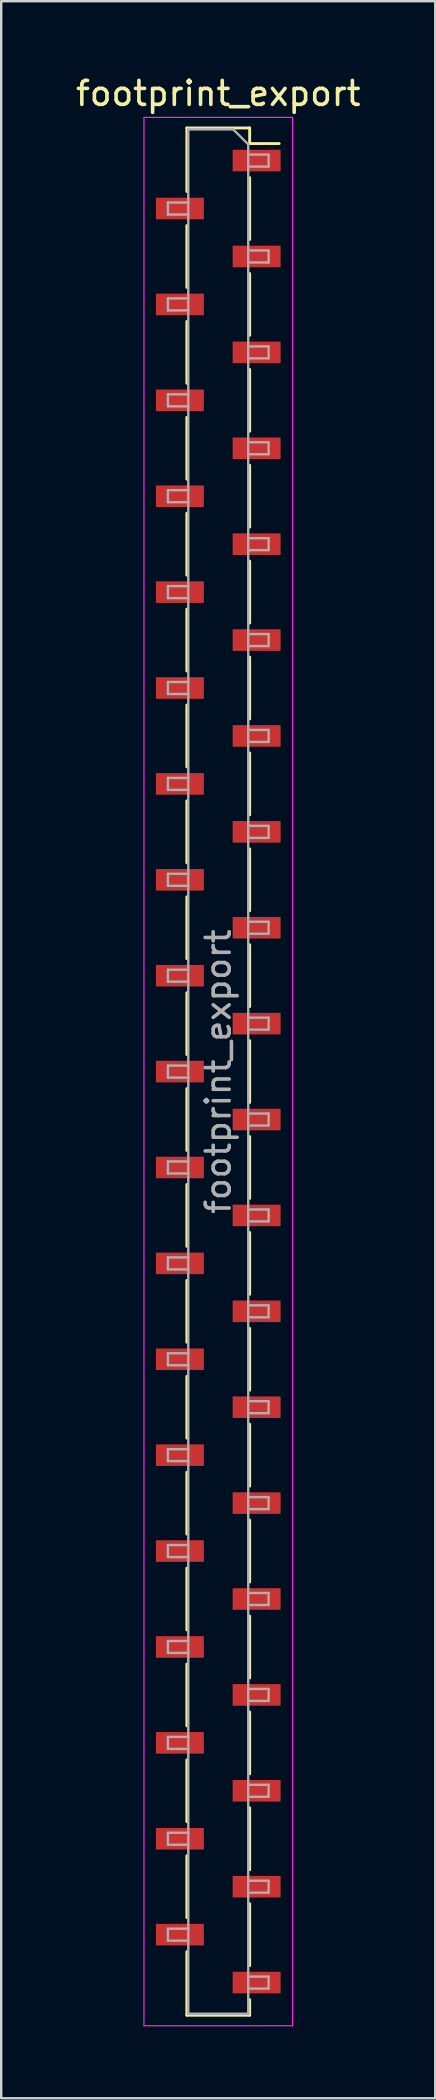
<source format=kicad_pcb>
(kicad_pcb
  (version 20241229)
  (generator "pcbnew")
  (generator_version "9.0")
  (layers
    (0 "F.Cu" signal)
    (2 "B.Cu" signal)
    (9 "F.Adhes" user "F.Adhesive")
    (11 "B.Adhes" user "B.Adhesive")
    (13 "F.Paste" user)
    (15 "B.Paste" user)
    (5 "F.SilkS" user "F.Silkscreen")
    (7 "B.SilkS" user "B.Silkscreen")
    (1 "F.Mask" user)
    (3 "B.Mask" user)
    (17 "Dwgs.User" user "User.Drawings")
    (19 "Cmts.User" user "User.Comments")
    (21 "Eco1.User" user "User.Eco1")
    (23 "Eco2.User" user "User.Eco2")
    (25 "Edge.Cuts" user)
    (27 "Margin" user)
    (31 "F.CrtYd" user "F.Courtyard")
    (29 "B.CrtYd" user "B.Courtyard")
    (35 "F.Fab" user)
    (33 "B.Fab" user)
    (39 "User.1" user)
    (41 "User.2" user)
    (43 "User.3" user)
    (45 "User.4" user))
  (footprint "footprint_export"
    (layer "F.Cu")
    (at 6.054 41.648)
    (property "Reference" "footprint_export" (at 0 -40.8 0) (layer "F.SilkS") (effects (font (size 1 1) (thickness 0.15))))
    (attr smd)
    (fp_line (start -1.31 -39.36) (end -1.31 -36.71) (stroke (width 0.12) (type solid)) (layer "F.SilkS"))
    (fp_line (start -1.31 -39.36) (end 1.31 -39.36) (stroke (width 0.12) (type solid)) (layer "F.SilkS"))
    (fp_line (start -1.31 -35.29) (end -1.31 -32.71) (stroke (width 0.12) (type solid)) (layer "F.SilkS"))
    (fp_line (start -1.31 -31.29) (end -1.31 -28.71) (stroke (width 0.12) (type solid)) (layer "F.SilkS"))
    (fp_line (start -1.31 -27.29) (end -1.31 -24.71) (stroke (width 0.12) (type solid)) (layer "F.SilkS"))
    (fp_line (start -1.31 -23.29) (end -1.31 -20.71) (stroke (width 0.12) (type solid)) (layer "F.SilkS"))
    (fp_line (start -1.31 -19.29) (end -1.31 -16.71) (stroke (width 0.12) (type solid)) (layer "F.SilkS"))
    (fp_line (start -1.31 -15.29) (end -1.31 -12.71) (stroke (width 0.12) (type solid)) (layer "F.SilkS"))
    (fp_line (start -1.31 -11.29) (end -1.31 -8.71) (stroke (width 0.12) (type solid)) (layer "F.SilkS"))
    (fp_line (start -1.31 -7.29) (end -1.31 -4.71) (stroke (width 0.12) (type solid)) (layer "F.SilkS"))
    (fp_line (start -1.31 -3.29) (end -1.31 -0.71) (stroke (width 0.12) (type solid)) (layer "F.SilkS"))
    (fp_line (start -1.31 0.71) (end -1.31 3.29) (stroke (width 0.12) (type solid)) (layer "F.SilkS"))
    (fp_line (start -1.31 4.71) (end -1.31 7.29) (stroke (width 0.12) (type solid)) (layer "F.SilkS"))
    (fp_line (start -1.31 8.71) (end -1.31 11.29) (stroke (width 0.12) (type solid)) (layer "F.SilkS"))
    (fp_line (start -1.31 12.71) (end -1.31 15.29) (stroke (width 0.12) (type solid)) (layer "F.SilkS"))
    (fp_line (start -1.31 16.71) (end -1.31 19.29) (stroke (width 0.12) (type solid)) (layer "F.SilkS"))
    (fp_line (start -1.31 20.71) (end -1.31 23.29) (stroke (width 0.12) (type solid)) (layer "F.SilkS"))
    (fp_line (start -1.31 24.71) (end -1.31 27.29) (stroke (width 0.12) (type solid)) (layer "F.SilkS"))
    (fp_line (start -1.31 28.71) (end -1.31 31.29) (stroke (width 0.12) (type solid)) (layer "F.SilkS"))
    (fp_line (start -1.31 32.71) (end -1.31 35.29) (stroke (width 0.12) (type solid)) (layer "F.SilkS"))
    (fp_line (start -1.31 36.71) (end -1.31 39.36) (stroke (width 0.12) (type solid)) (layer "F.SilkS"))
    (fp_line (start -1.31 39.36) (end 1.31 39.36) (stroke (width 0.12) (type solid)) (layer "F.SilkS"))
    (fp_line (start 1.31 -39.36) (end 1.31 -38.71) (stroke (width 0.12) (type solid)) (layer "F.SilkS"))
    (fp_line (start 1.31 -38.71) (end 2.54 -38.71) (stroke (width 0.12) (type solid)) (layer "F.SilkS"))
    (fp_line (start 1.31 -37.29) (end 1.31 -34.71) (stroke (width 0.12) (type solid)) (layer "F.SilkS"))
    (fp_line (start 1.31 -33.29) (end 1.31 -30.71) (stroke (width 0.12) (type solid)) (layer "F.SilkS"))
    (fp_line (start 1.31 -29.29) (end 1.31 -26.71) (stroke (width 0.12) (type solid)) (layer "F.SilkS"))
    (fp_line (start 1.31 -25.29) (end 1.31 -22.71) (stroke (width 0.12) (type solid)) (layer "F.SilkS"))
    (fp_line (start 1.31 -21.29) (end 1.31 -18.71) (stroke (width 0.12) (type solid)) (layer "F.SilkS"))
    (fp_line (start 1.31 -17.29) (end 1.31 -14.71) (stroke (width 0.12) (type solid)) (layer "F.SilkS"))
    (fp_line (start 1.31 -13.29) (end 1.31 -10.71) (stroke (width 0.12) (type solid)) (layer "F.SilkS"))
    (fp_line (start 1.31 -9.29) (end 1.31 -6.71) (stroke (width 0.12) (type solid)) (layer "F.SilkS"))
    (fp_line (start 1.31 -5.29) (end 1.31 -2.71) (stroke (width 0.12) (type solid)) (layer "F.SilkS"))
    (fp_line (start 1.31 -1.29) (end 1.31 1.29) (stroke (width 0.12) (type solid)) (layer "F.SilkS"))
    (fp_line (start 1.31 2.71) (end 1.31 5.29) (stroke (width 0.12) (type solid)) (layer "F.SilkS"))
    (fp_line (start 1.31 6.71) (end 1.31 9.29) (stroke (width 0.12) (type solid)) (layer "F.SilkS"))
    (fp_line (start 1.31 10.71) (end 1.31 13.29) (stroke (width 0.12) (type solid)) (layer "F.SilkS"))
    (fp_line (start 1.31 14.71) (end 1.31 17.29) (stroke (width 0.12) (type solid)) (layer "F.SilkS"))
    (fp_line (start 1.31 18.71) (end 1.31 21.29) (stroke (width 0.12) (type solid)) (layer "F.SilkS"))
    (fp_line (start 1.31 22.71) (end 1.31 25.29) (stroke (width 0.12) (type solid)) (layer "F.SilkS"))
    (fp_line (start 1.31 26.71) (end 1.31 29.29) (stroke (width 0.12) (type solid)) (layer "F.SilkS"))
    (fp_line (start 1.31 30.71) (end 1.31 33.29) (stroke (width 0.12) (type solid)) (layer "F.SilkS"))
    (fp_line (start 1.31 34.71) (end 1.31 37.29) (stroke (width 0.12) (type solid)) (layer "F.SilkS"))
    (fp_line (start 1.31 38.71) (end 1.31 39.36) (stroke (width 0.12) (type solid)) (layer "F.SilkS"))
    (fp_line (start -3.1 -39.8) (end 3.1 -39.8) (stroke (width 0.05) (type solid)) (layer "F.CrtYd"))
    (fp_line (start -3.1 39.8) (end -3.1 -39.8) (stroke (width 0.05) (type solid)) (layer "F.CrtYd"))
    (fp_line (start 3.1 -39.8) (end 3.1 39.8) (stroke (width 0.05) (type solid)) (layer "F.CrtYd"))
    (fp_line (start 3.1 39.8) (end -3.1 39.8) (stroke (width 0.05) (type solid)) (layer "F.CrtYd"))
    (fp_line (start -2.1 -36.25) (end -1.25 -36.25) (stroke (width 0.1) (type solid)) (layer "F.Fab"))
    (fp_line (start -2.1 -35.75) (end -2.1 -36.25) (stroke (width 0.1) (type solid)) (layer "F.Fab"))
    (fp_line (start -2.1 -32.25) (end -1.25 -32.25) (stroke (width 0.1) (type solid)) (layer "F.Fab"))
    (fp_line (start -2.1 -31.75) (end -2.1 -32.25) (stroke (width 0.1) (type solid)) (layer "F.Fab"))
    (fp_line (start -2.1 -28.25) (end -1.25 -28.25) (stroke (width 0.1) (type solid)) (layer "F.Fab"))
    (fp_line (start -2.1 -27.75) (end -2.1 -28.25) (stroke (width 0.1) (type solid)) (layer "F.Fab"))
    (fp_line (start -2.1 -24.25) (end -1.25 -24.25) (stroke (width 0.1) (type solid)) (layer "F.Fab"))
    (fp_line (start -2.1 -23.75) (end -2.1 -24.25) (stroke (width 0.1) (type solid)) (layer "F.Fab"))
    (fp_line (start -2.1 -20.25) (end -1.25 -20.25) (stroke (width 0.1) (type solid)) (layer "F.Fab"))
    (fp_line (start -2.1 -19.75) (end -2.1 -20.25) (stroke (width 0.1) (type solid)) (layer "F.Fab"))
    (fp_line (start -2.1 -16.25) (end -1.25 -16.25) (stroke (width 0.1) (type solid)) (layer "F.Fab"))
    (fp_line (start -2.1 -15.75) (end -2.1 -16.25) (stroke (width 0.1) (type solid)) (layer "F.Fab"))
    (fp_line (start -2.1 -12.25) (end -1.25 -12.25) (stroke (width 0.1) (type solid)) (layer "F.Fab"))
    (fp_line (start -2.1 -11.75) (end -2.1 -12.25) (stroke (width 0.1) (type solid)) (layer "F.Fab"))
    (fp_line (start -2.1 -8.25) (end -1.25 -8.25) (stroke (width 0.1) (type solid)) (layer "F.Fab"))
    (fp_line (start -2.1 -7.75) (end -2.1 -8.25) (stroke (width 0.1) (type solid)) (layer "F.Fab"))
    (fp_line (start -2.1 -4.25) (end -1.25 -4.25) (stroke (width 0.1) (type solid)) (layer "F.Fab"))
    (fp_line (start -2.1 -3.75) (end -2.1 -4.25) (stroke (width 0.1) (type solid)) (layer "F.Fab"))
    (fp_line (start -2.1 -0.25) (end -1.25 -0.25) (stroke (width 0.1) (type solid)) (layer "F.Fab"))
    (fp_line (start -2.1 0.25) (end -2.1 -0.25) (stroke (width 0.1) (type solid)) (layer "F.Fab"))
    (fp_line (start -2.1 3.75) (end -1.25 3.75) (stroke (width 0.1) (type solid)) (layer "F.Fab"))
    (fp_line (start -2.1 4.25) (end -2.1 3.75) (stroke (width 0.1) (type solid)) (layer "F.Fab"))
    (fp_line (start -2.1 7.75) (end -1.25 7.75) (stroke (width 0.1) (type solid)) (layer "F.Fab"))
    (fp_line (start -2.1 8.25) (end -2.1 7.75) (stroke (width 0.1) (type solid)) (layer "F.Fab"))
    (fp_line (start -2.1 11.75) (end -1.25 11.75) (stroke (width 0.1) (type solid)) (layer "F.Fab"))
    (fp_line (start -2.1 12.25) (end -2.1 11.75) (stroke (width 0.1) (type solid)) (layer "F.Fab"))
    (fp_line (start -2.1 15.75) (end -1.25 15.75) (stroke (width 0.1) (type solid)) (layer "F.Fab"))
    (fp_line (start -2.1 16.25) (end -2.1 15.75) (stroke (width 0.1) (type solid)) (layer "F.Fab"))
    (fp_line (start -2.1 19.75) (end -1.25 19.75) (stroke (width 0.1) (type solid)) (layer "F.Fab"))
    (fp_line (start -2.1 20.25) (end -2.1 19.75) (stroke (width 0.1) (type solid)) (layer "F.Fab"))
    (fp_line (start -2.1 23.75) (end -1.25 23.75) (stroke (width 0.1) (type solid)) (layer "F.Fab"))
    (fp_line (start -2.1 24.25) (end -2.1 23.75) (stroke (width 0.1) (type solid)) (layer "F.Fab"))
    (fp_line (start -2.1 27.75) (end -1.25 27.75) (stroke (width 0.1) (type solid)) (layer "F.Fab"))
    (fp_line (start -2.1 28.25) (end -2.1 27.75) (stroke (width 0.1) (type solid)) (layer "F.Fab"))
    (fp_line (start -2.1 31.75) (end -1.25 31.75) (stroke (width 0.1) (type solid)) (layer "F.Fab"))
    (fp_line (start -2.1 32.25) (end -2.1 31.75) (stroke (width 0.1) (type solid)) (layer "F.Fab"))
    (fp_line (start -2.1 35.75) (end -1.25 35.75) (stroke (width 0.1) (type solid)) (layer "F.Fab"))
    (fp_line (start -2.1 36.25) (end -2.1 35.75) (stroke (width 0.1) (type solid)) (layer "F.Fab"))
    (fp_line (start -1.25 -39.3) (end 0.625 -39.3) (stroke (width 0.1) (type solid)) (layer "F.Fab"))
    (fp_line (start -1.25 -35.75) (end -2.1 -35.75) (stroke (width 0.1) (type solid)) (layer "F.Fab"))
    (fp_line (start -1.25 -31.75) (end -2.1 -31.75) (stroke (width 0.1) (type solid)) (layer "F.Fab"))
    (fp_line (start -1.25 -27.75) (end -2.1 -27.75) (stroke (width 0.1) (type solid)) (layer "F.Fab"))
    (fp_line (start -1.25 -23.75) (end -2.1 -23.75) (stroke (width 0.1) (type solid)) (layer "F.Fab"))
    (fp_line (start -1.25 -19.75) (end -2.1 -19.75) (stroke (width 0.1) (type solid)) (layer "F.Fab"))
    (fp_line (start -1.25 -15.75) (end -2.1 -15.75) (stroke (width 0.1) (type solid)) (layer "F.Fab"))
    (fp_line (start -1.25 -11.75) (end -2.1 -11.75) (stroke (width 0.1) (type solid)) (layer "F.Fab"))
    (fp_line (start -1.25 -7.75) (end -2.1 -7.75) (stroke (width 0.1) (type solid)) (layer "F.Fab"))
    (fp_line (start -1.25 -3.75) (end -2.1 -3.75) (stroke (width 0.1) (type solid)) (layer "F.Fab"))
    (fp_line (start -1.25 0.25) (end -2.1 0.25) (stroke (width 0.1) (type solid)) (layer "F.Fab"))
    (fp_line (start -1.25 4.25) (end -2.1 4.25) (stroke (width 0.1) (type solid)) (layer "F.Fab"))
    (fp_line (start -1.25 8.25) (end -2.1 8.25) (stroke (width 0.1) (type solid)) (layer "F.Fab"))
    (fp_line (start -1.25 12.25) (end -2.1 12.25) (stroke (width 0.1) (type solid)) (layer "F.Fab"))
    (fp_line (start -1.25 16.25) (end -2.1 16.25) (stroke (width 0.1) (type solid)) (layer "F.Fab"))
    (fp_line (start -1.25 20.25) (end -2.1 20.25) (stroke (width 0.1) (type solid)) (layer "F.Fab"))
    (fp_line (start -1.25 24.25) (end -2.1 24.25) (stroke (width 0.1) (type solid)) (layer "F.Fab"))
    (fp_line (start -1.25 28.25) (end -2.1 28.25) (stroke (width 0.1) (type solid)) (layer "F.Fab"))
    (fp_line (start -1.25 32.25) (end -2.1 32.25) (stroke (width 0.1) (type solid)) (layer "F.Fab"))
    (fp_line (start -1.25 36.25) (end -2.1 36.25) (stroke (width 0.1) (type solid)) (layer "F.Fab"))
    (fp_line (start -1.25 39.3) (end -1.25 -39.3) (stroke (width 0.1) (type solid)) (layer "F.Fab"))
    (fp_line (start 0.625 -39.3) (end 1.25 -38.675) (stroke (width 0.1) (type solid)) (layer "F.Fab"))
    (fp_line (start 1.25 -38.675) (end 1.25 39.3) (stroke (width 0.1) (type solid)) (layer "F.Fab"))
    (fp_line (start 1.25 -38.25) (end 2.1 -38.25) (stroke (width 0.1) (type solid)) (layer "F.Fab"))
    (fp_line (start 1.25 -34.25) (end 2.1 -34.25) (stroke (width 0.1) (type solid)) (layer "F.Fab"))
    (fp_line (start 1.25 -30.25) (end 2.1 -30.25) (stroke (width 0.1) (type solid)) (layer "F.Fab"))
    (fp_line (start 1.25 -26.25) (end 2.1 -26.25) (stroke (width 0.1) (type solid)) (layer "F.Fab"))
    (fp_line (start 1.25 -22.25) (end 2.1 -22.25) (stroke (width 0.1) (type solid)) (layer "F.Fab"))
    (fp_line (start 1.25 -18.25) (end 2.1 -18.25) (stroke (width 0.1) (type solid)) (layer "F.Fab"))
    (fp_line (start 1.25 -14.25) (end 2.1 -14.25) (stroke (width 0.1) (type solid)) (layer "F.Fab"))
    (fp_line (start 1.25 -10.25) (end 2.1 -10.25) (stroke (width 0.1) (type solid)) (layer "F.Fab"))
    (fp_line (start 1.25 -6.25) (end 2.1 -6.25) (stroke (width 0.1) (type solid)) (layer "F.Fab"))
    (fp_line (start 1.25 -2.25) (end 2.1 -2.25) (stroke (width 0.1) (type solid)) (layer "F.Fab"))
    (fp_line (start 1.25 1.75) (end 2.1 1.75) (stroke (width 0.1) (type solid)) (layer "F.Fab"))
    (fp_line (start 1.25 5.75) (end 2.1 5.75) (stroke (width 0.1) (type solid)) (layer "F.Fab"))
    (fp_line (start 1.25 9.75) (end 2.1 9.75) (stroke (width 0.1) (type solid)) (layer "F.Fab"))
    (fp_line (start 1.25 13.75) (end 2.1 13.75) (stroke (width 0.1) (type solid)) (layer "F.Fab"))
    (fp_line (start 1.25 17.75) (end 2.1 17.75) (stroke (width 0.1) (type solid)) (layer "F.Fab"))
    (fp_line (start 1.25 21.75) (end 2.1 21.75) (stroke (width 0.1) (type solid)) (layer "F.Fab"))
    (fp_line (start 1.25 25.75) (end 2.1 25.75) (stroke (width 0.1) (type solid)) (layer "F.Fab"))
    (fp_line (start 1.25 29.75) (end 2.1 29.75) (stroke (width 0.1) (type solid)) (layer "F.Fab"))
    (fp_line (start 1.25 33.75) (end 2.1 33.75) (stroke (width 0.1) (type solid)) (layer "F.Fab"))
    (fp_line (start 1.25 37.75) (end 2.1 37.75) (stroke (width 0.1) (type solid)) (layer "F.Fab"))
    (fp_line (start 1.25 39.3) (end -1.25 39.3) (stroke (width 0.1) (type solid)) (layer "F.Fab"))
    (fp_line (start 2.1 -38.25) (end 2.1 -37.75) (stroke (width 0.1) (type solid)) (layer "F.Fab"))
    (fp_line (start 2.1 -37.75) (end 1.25 -37.75) (stroke (width 0.1) (type solid)) (layer "F.Fab"))
    (fp_line (start 2.1 -34.25) (end 2.1 -33.75) (stroke (width 0.1) (type solid)) (layer "F.Fab"))
    (fp_line (start 2.1 -33.75) (end 1.25 -33.75) (stroke (width 0.1) (type solid)) (layer "F.Fab"))
    (fp_line (start 2.1 -30.25) (end 2.1 -29.75) (stroke (width 0.1) (type solid)) (layer "F.Fab"))
    (fp_line (start 2.1 -29.75) (end 1.25 -29.75) (stroke (width 0.1) (type solid)) (layer "F.Fab"))
    (fp_line (start 2.1 -26.25) (end 2.1 -25.75) (stroke (width 0.1) (type solid)) (layer "F.Fab"))
    (fp_line (start 2.1 -25.75) (end 1.25 -25.75) (stroke (width 0.1) (type solid)) (layer "F.Fab"))
    (fp_line (start 2.1 -22.25) (end 2.1 -21.75) (stroke (width 0.1) (type solid)) (layer "F.Fab"))
    (fp_line (start 2.1 -21.75) (end 1.25 -21.75) (stroke (width 0.1) (type solid)) (layer "F.Fab"))
    (fp_line (start 2.1 -18.25) (end 2.1 -17.75) (stroke (width 0.1) (type solid)) (layer "F.Fab"))
    (fp_line (start 2.1 -17.75) (end 1.25 -17.75) (stroke (width 0.1) (type solid)) (layer "F.Fab"))
    (fp_line (start 2.1 -14.25) (end 2.1 -13.75) (stroke (width 0.1) (type solid)) (layer "F.Fab"))
    (fp_line (start 2.1 -13.75) (end 1.25 -13.75) (stroke (width 0.1) (type solid)) (layer "F.Fab"))
    (fp_line (start 2.1 -10.25) (end 2.1 -9.75) (stroke (width 0.1) (type solid)) (layer "F.Fab"))
    (fp_line (start 2.1 -9.75) (end 1.25 -9.75) (stroke (width 0.1) (type solid)) (layer "F.Fab"))
    (fp_line (start 2.1 -6.25) (end 2.1 -5.75) (stroke (width 0.1) (type solid)) (layer "F.Fab"))
    (fp_line (start 2.1 -5.75) (end 1.25 -5.75) (stroke (width 0.1) (type solid)) (layer "F.Fab"))
    (fp_line (start 2.1 -2.25) (end 2.1 -1.75) (stroke (width 0.1) (type solid)) (layer "F.Fab"))
    (fp_line (start 2.1 -1.75) (end 1.25 -1.75) (stroke (width 0.1) (type solid)) (layer "F.Fab"))
    (fp_line (start 2.1 1.75) (end 2.1 2.25) (stroke (width 0.1) (type solid)) (layer "F.Fab"))
    (fp_line (start 2.1 2.25) (end 1.25 2.25) (stroke (width 0.1) (type solid)) (layer "F.Fab"))
    (fp_line (start 2.1 5.75) (end 2.1 6.25) (stroke (width 0.1) (type solid)) (layer "F.Fab"))
    (fp_line (start 2.1 6.25) (end 1.25 6.25) (stroke (width 0.1) (type solid)) (layer "F.Fab"))
    (fp_line (start 2.1 9.75) (end 2.1 10.25) (stroke (width 0.1) (type solid)) (layer "F.Fab"))
    (fp_line (start 2.1 10.25) (end 1.25 10.25) (stroke (width 0.1) (type solid)) (layer "F.Fab"))
    (fp_line (start 2.1 13.75) (end 2.1 14.25) (stroke (width 0.1) (type solid)) (layer "F.Fab"))
    (fp_line (start 2.1 14.25) (end 1.25 14.25) (stroke (width 0.1) (type solid)) (layer "F.Fab"))
    (fp_line (start 2.1 17.75) (end 2.1 18.25) (stroke (width 0.1) (type solid)) (layer "F.Fab"))
    (fp_line (start 2.1 18.25) (end 1.25 18.25) (stroke (width 0.1) (type solid)) (layer "F.Fab"))
    (fp_line (start 2.1 21.75) (end 2.1 22.25) (stroke (width 0.1) (type solid)) (layer "F.Fab"))
    (fp_line (start 2.1 22.25) (end 1.25 22.25) (stroke (width 0.1) (type solid)) (layer "F.Fab"))
    (fp_line (start 2.1 25.75) (end 2.1 26.25) (stroke (width 0.1) (type solid)) (layer "F.Fab"))
    (fp_line (start 2.1 26.25) (end 1.25 26.25) (stroke (width 0.1) (type solid)) (layer "F.Fab"))
    (fp_line (start 2.1 29.75) (end 2.1 30.25) (stroke (width 0.1) (type solid)) (layer "F.Fab"))
    (fp_line (start 2.1 30.25) (end 1.25 30.25) (stroke (width 0.1) (type solid)) (layer "F.Fab"))
    (fp_line (start 2.1 33.75) (end 2.1 34.25) (stroke (width 0.1) (type solid)) (layer "F.Fab"))
    (fp_line (start 2.1 34.25) (end 1.25 34.25) (stroke (width 0.1) (type solid)) (layer "F.Fab"))
    (fp_line (start 2.1 37.75) (end 2.1 38.25) (stroke (width 0.1) (type solid)) (layer "F.Fab"))
    (fp_line (start 2.1 38.25) (end 1.25 38.25) (stroke (width 0.1) (type solid)) (layer "F.Fab"))
    (fp_text user "${REFERENCE}" (at 0 0 90) (layer "F.Fab") (effects (font (size 1 1) (thickness 0.15))))
    (pad "1" smd rect (at 1.6 -38) (size 2 0.9) (layers "F.Cu" "F.Mask" "F.Paste"))
    (pad "2" smd rect (at -1.6 -36) (size 2 0.9) (layers "F.Cu" "F.Mask" "F.Paste"))
    (pad "3" smd rect (at 1.6 -34) (size 2 0.9) (layers "F.Cu" "F.Mask" "F.Paste"))
    (pad "4" smd rect (at -1.6 -32) (size 2 0.9) (layers "F.Cu" "F.Mask" "F.Paste"))
    (pad "5" smd rect (at 1.6 -30) (size 2 0.9) (layers "F.Cu" "F.Mask" "F.Paste"))
    (pad "6" smd rect (at -1.6 -28) (size 2 0.9) (layers "F.Cu" "F.Mask" "F.Paste"))
    (pad "7" smd rect (at 1.6 -26) (size 2 0.9) (layers "F.Cu" "F.Mask" "F.Paste"))
    (pad "8" smd rect (at -1.6 -24) (size 2 0.9) (layers "F.Cu" "F.Mask" "F.Paste"))
    (pad "9" smd rect (at 1.6 -22) (size 2 0.9) (layers "F.Cu" "F.Mask" "F.Paste"))
    (pad "10" smd rect (at -1.6 -20) (size 2 0.9) (layers "F.Cu" "F.Mask" "F.Paste"))
    (pad "11" smd rect (at 1.6 -18) (size 2 0.9) (layers "F.Cu" "F.Mask" "F.Paste"))
    (pad "12" smd rect (at -1.6 -16) (size 2 0.9) (layers "F.Cu" "F.Mask" "F.Paste"))
    (pad "13" smd rect (at 1.6 -14) (size 2 0.9) (layers "F.Cu" "F.Mask" "F.Paste"))
    (pad "14" smd rect (at -1.6 -12) (size 2 0.9) (layers "F.Cu" "F.Mask" "F.Paste"))
    (pad "15" smd rect (at 1.6 -10) (size 2 0.9) (layers "F.Cu" "F.Mask" "F.Paste"))
    (pad "16" smd rect (at -1.6 -8) (size 2 0.9) (layers "F.Cu" "F.Mask" "F.Paste"))
    (pad "17" smd rect (at 1.6 -6) (size 2 0.9) (layers "F.Cu" "F.Mask" "F.Paste"))
    (pad "18" smd rect (at -1.6 -4) (size 2 0.9) (layers "F.Cu" "F.Mask" "F.Paste"))
    (pad "19" smd rect (at 1.6 -2) (size 2 0.9) (layers "F.Cu" "F.Mask" "F.Paste"))
    (pad "20" smd rect (at -1.6 0) (size 2 0.9) (layers "F.Cu" "F.Mask" "F.Paste"))
    (pad "21" smd rect (at 1.6 2) (size 2 0.9) (layers "F.Cu" "F.Mask" "F.Paste"))
    (pad "22" smd rect (at -1.6 4) (size 2 0.9) (layers "F.Cu" "F.Mask" "F.Paste"))
    (pad "23" smd rect (at 1.6 6) (size 2 0.9) (layers "F.Cu" "F.Mask" "F.Paste"))
    (pad "24" smd rect (at -1.6 8) (size 2 0.9) (layers "F.Cu" "F.Mask" "F.Paste"))
    (pad "25" smd rect (at 1.6 10) (size 2 0.9) (layers "F.Cu" "F.Mask" "F.Paste"))
    (pad "26" smd rect (at -1.6 12) (size 2 0.9) (layers "F.Cu" "F.Mask" "F.Paste"))
    (pad "27" smd rect (at 1.6 14) (size 2 0.9) (layers "F.Cu" "F.Mask" "F.Paste"))
    (pad "28" smd rect (at -1.6 16) (size 2 0.9) (layers "F.Cu" "F.Mask" "F.Paste"))
    (pad "29" smd rect (at 1.6 18) (size 2 0.9) (layers "F.Cu" "F.Mask" "F.Paste"))
    (pad "30" smd rect (at -1.6 20) (size 2 0.9) (layers "F.Cu" "F.Mask" "F.Paste"))
    (pad "31" smd rect (at 1.6 22) (size 2 0.9) (layers "F.Cu" "F.Mask" "F.Paste"))
    (pad "32" smd rect (at -1.6 24) (size 2 0.9) (layers "F.Cu" "F.Mask" "F.Paste"))
    (pad "33" smd rect (at 1.6 26) (size 2 0.9) (layers "F.Cu" "F.Mask" "F.Paste"))
    (pad "34" smd rect (at -1.6 28) (size 2 0.9) (layers "F.Cu" "F.Mask" "F.Paste"))
    (pad "35" smd rect (at 1.6 30) (size 2 0.9) (layers "F.Cu" "F.Mask" "F.Paste"))
    (pad "36" smd rect (at -1.6 32) (size 2 0.9) (layers "F.Cu" "F.Mask" "F.Paste"))
    (pad "37" smd rect (at 1.6 34) (size 2 0.9) (layers "F.Cu" "F.Mask" "F.Paste"))
    (pad "38" smd rect (at -1.6 36) (size 2 0.9) (layers "F.Cu" "F.Mask" "F.Paste"))
    (pad "39" smd rect (at 1.6 38) (size 2 0.9) (layers "F.Cu" "F.Mask" "F.Paste")))
  (gr_rect
    (start -3 -3)
    (end 15.107 84.473)
    (stroke (width 0.1) (type default))
    (fill no)
    (layer "Edge.Cuts")))
</source>
